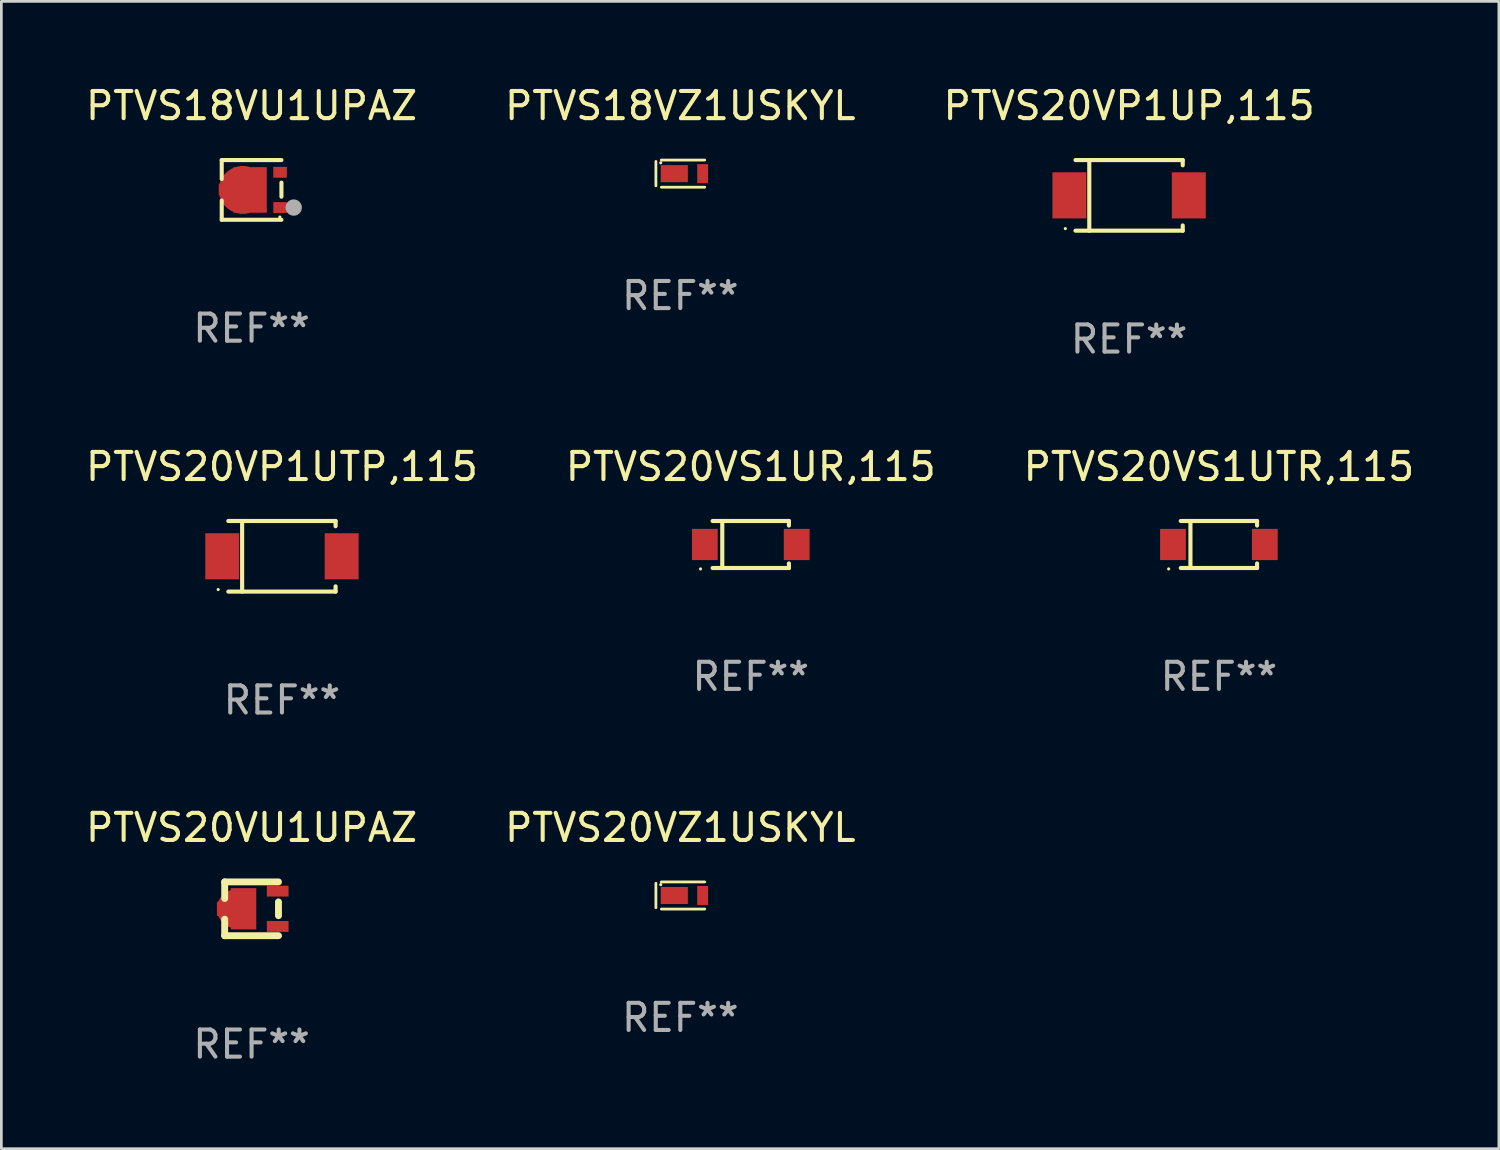
<source format=kicad_pcb>
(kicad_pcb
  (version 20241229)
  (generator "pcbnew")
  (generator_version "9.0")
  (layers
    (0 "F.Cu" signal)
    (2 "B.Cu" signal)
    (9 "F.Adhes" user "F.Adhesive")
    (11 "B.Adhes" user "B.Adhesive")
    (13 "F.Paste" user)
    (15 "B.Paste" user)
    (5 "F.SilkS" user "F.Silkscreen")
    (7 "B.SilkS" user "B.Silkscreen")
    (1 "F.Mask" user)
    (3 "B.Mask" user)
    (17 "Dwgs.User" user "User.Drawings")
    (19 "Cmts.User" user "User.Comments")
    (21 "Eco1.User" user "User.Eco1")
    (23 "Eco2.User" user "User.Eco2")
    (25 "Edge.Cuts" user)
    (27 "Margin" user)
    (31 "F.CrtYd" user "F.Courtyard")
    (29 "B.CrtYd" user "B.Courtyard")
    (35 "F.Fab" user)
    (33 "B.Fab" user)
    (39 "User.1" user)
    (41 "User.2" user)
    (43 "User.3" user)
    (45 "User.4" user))
  (footprint "PTVS20VP1UTP,115"
    (layer "F.Cu")
    (at 7.339 17.448)
    (property "Reference" "PTVS20VP1UTP,115" (at 0 -3.301 0) (layer "F.SilkS") (effects (font (size 1 1) (thickness 0.15))))
    (attr through_hole)
    (fp_line (start -1.976 -1.301) (end 1.976 -1.301) (stroke (width 0.152) (type solid)) (layer "F.SilkS"))
    (fp_line (start -1.976 1.301) (end 1.976 1.301) (stroke (width 0.152) (type solid)) (layer "F.SilkS"))
    (fp_line (start -1.467 -1.301) (end -1.467 1.301) (stroke (width 0.152) (type solid)) (layer "F.SilkS"))
    (fp_line (start 1.976 -1.301) (end 1.976 -1.108) (stroke (width 0.152) (type solid)) (layer "F.SilkS"))
    (fp_line (start 1.976 1.301) (end 1.976 1.108) (stroke (width 0.152) (type solid)) (layer "F.SilkS"))
    (fp_circle (center -2.35 1.225) (end -2.32 1.225) (stroke (width 0.06) (type solid)) (fill no) (layer "F.SilkS"))
    (fp_text user "REF**" (at 0 5.301 0) (layer "F.Fab") (effects (font (size 1 1) (thickness 0.15))))
    (pad "1" smd rect (at -2.2 0 180) (size 1.25 1.7) (layers "F.Cu" "F.Mask" "F.Paste"))
    (pad "2" smd rect (at 2.2 0 180) (size 1.25 1.7) (layers "F.Cu" "F.Mask" "F.Paste")))
  (footprint "PTVS20VZ1USKYL"
    (layer "F.Cu")
    (at 22.018 29.946)
    (property "Reference" "PTVS20VZ1USKYL" (at 0 -2.5 0) (layer "F.SilkS") (effects (font (size 1 1) (thickness 0.15))))
    (attr through_hole)
    (fp_line (start -0.9 -0.45) (end -0.9 0.45) (stroke (width 0.102) (type solid)) (layer "F.SilkS"))
    (fp_line (start -0.7 -0.5) (end 0.9 -0.5) (stroke (width 0.102) (type solid)) (layer "F.SilkS"))
    (fp_line (start -0.7 0.5) (end 0.9 0.5) (stroke (width 0.102) (type solid)) (layer "F.SilkS"))
    (fp_circle (center -0.722 -0.4) (end -0.692 -0.4) (stroke (width 0.06) (type solid)) (fill no) (layer "F.SilkS"))
    (fp_text user "REF**" (at 0 4.5 0) (layer "F.Fab") (effects (font (size 1 1) (thickness 0.15))))
    (pad "1" smd rect (at -0.222 -0.000025 180) (size 1 0.63) (layers "F.Cu" "F.Mask" "F.Paste"))
    (pad "2" smd rect (at 0.822 -0.000025 180) (size 0.4 0.7) (layers "F.Cu" "F.Mask" "F.Paste")))
  (footprint "PTVS18VZ1USKYL"
    (layer "F.Cu")
    (at 22.018 3.348)
    (property "Reference" "PTVS18VZ1USKYL" (at 0 -2.5 0) (layer "F.SilkS") (effects (font (size 1 1) (thickness 0.15))))
    (attr through_hole)
    (fp_line (start -0.9 -0.45) (end -0.9 0.45) (stroke (width 0.102) (type solid)) (layer "F.SilkS"))
    (fp_line (start -0.7 -0.5) (end 0.9 -0.5) (stroke (width 0.102) (type solid)) (layer "F.SilkS"))
    (fp_line (start -0.7 0.5) (end 0.9 0.5) (stroke (width 0.102) (type solid)) (layer "F.SilkS"))
    (fp_circle (center -0.722 -0.4) (end -0.692 -0.4) (stroke (width 0.06) (type solid)) (fill no) (layer "F.SilkS"))
    (fp_text user "REF**" (at 0 4.5 0) (layer "F.Fab") (effects (font (size 1 1) (thickness 0.15))))
    (pad "1" smd rect (at -0.222 -0.000025 180) (size 1 0.63) (layers "F.Cu" "F.Mask" "F.Paste"))
    (pad "2" smd rect (at 0.822 -0.000025 180) (size 0.4 0.7) (layers "F.Cu" "F.Mask" "F.Paste")))
  (footprint "PTVS20VS1UR,115"
    (layer "F.Cu")
    (at 24.613 17.013)
    (property "Reference" "PTVS20VS1UR,115" (at 0 -2.866 0) (layer "F.SilkS") (effects (font (size 1 1) (thickness 0.15))))
    (attr through_hole)
    (fp_line (start -1.406 -0.866) (end 1.406 -0.866) (stroke (width 0.152) (type solid)) (layer "F.SilkS"))
    (fp_line (start -1.406 0.866) (end 1.406 0.866) (stroke (width 0.152) (type solid)) (layer "F.SilkS"))
    (fp_line (start -1.049 -0.866) (end -1.049 0.866) (stroke (width 0.152) (type solid)) (layer "F.SilkS"))
    (fp_line (start 1.406 -0.866) (end 1.406 -0.698) (stroke (width 0.152) (type solid)) (layer "F.SilkS"))
    (fp_line (start 1.406 0.866) (end 1.406 0.698) (stroke (width 0.152) (type solid)) (layer "F.SilkS"))
    (fp_circle (center -1.851 0.9) (end -1.821 0.9) (stroke (width 0.06) (type solid)) (fill no) (layer "F.SilkS"))
    (fp_text user "REF**" (at 0 4.866 0) (layer "F.Fab") (effects (font (size 1 1) (thickness 0.15))))
    (pad "1" smd rect (at -1.692 0) (size 0.95 1.15) (layers "F.Cu" "F.Mask" "F.Paste"))
    (pad "2" smd rect (at 1.692 0) (size 0.95 1.15) (layers "F.Cu" "F.Mask" "F.Paste")))
  (footprint "PTVS20VU1UPAZ"
    (layer "F.Cu")
    (at 6.22 30.437)
    (property "Reference" "PTVS20VU1UPAZ" (at 0 -2.991 0) (layer "F.SilkS") (effects (font (size 1 1) (thickness 0.15))))
    (attr through_hole)
    (fp_line (start -0.991 -0.991) (end -0.991 -0.381) (stroke (width 0.254) (type solid)) (layer "F.SilkS"))
    (fp_line (start -0.991 0.381) (end -0.991 0.991) (stroke (width 0.254) (type solid)) (layer "F.SilkS"))
    (fp_line (start -0.991 0.991) (end 0.991 0.991) (stroke (width 0.254) (type solid)) (layer "F.SilkS"))
    (fp_line (start 0.991 -0.991) (end -0.991 -0.991) (stroke (width 0.254) (type solid)) (layer "F.SilkS"))
    (fp_line (start 0.991 -0.254) (end 0.991 0.254) (stroke (width 0.254) (type solid)) (layer "F.SilkS"))
    (fp_circle (center 1.054 0.999) (end 1.084 0.999) (stroke (width 0.06) (type solid)) (fill no) (layer "F.SilkS"))
    (fp_text user "REF**" (at 0 4.991 0) (layer "F.Fab") (effects (font (size 1 1) (thickness 0.15))))
    (pad "1" smd rect (at 0.962 0.649 270) (size 0.399 0.8) (layers "F.Cu" "F.Mask" "F.Paste"))
    (pad "2" smd rect (at 0.962 -0.651 270) (size 0.399 0.8) (layers "F.Cu" "F.Mask" "F.Paste"))
    (pad "3" smd custom (at -0.553 -0.001) (size 1.45 1.52) (layers "F.Cu" "F.Mask" "F.Paste") (options (anchor circle)) (primitives (gr_poly (pts (xy -0.725 -0.26) (xy -0.225 -0.26) (xy -0.215 -0.26) (xy -0.215 -0.76) (xy 0.725 -0.76) (xy 0.725 0.75) (xy 0.725 0.76) (xy -0.205 0.76) (xy -0.215 0.76) (xy -0.215 0.75) (xy -0.215 0.26) (xy -0.725 0.26)) (width 0) (fill yes)))))
  (footprint "PTVS20VS1UTR,115"
    (layer "F.Cu")
    (at 41.863 17.013)
    (property "Reference" "PTVS20VS1UTR,115" (at 0 -2.866 0) (layer "F.SilkS") (effects (font (size 1 1) (thickness 0.15))))
    (attr through_hole)
    (fp_line (start -1.406 -0.866) (end 1.406 -0.866) (stroke (width 0.152) (type solid)) (layer "F.SilkS"))
    (fp_line (start -1.406 0.866) (end 1.406 0.866) (stroke (width 0.152) (type solid)) (layer "F.SilkS"))
    (fp_line (start -1.049 -0.866) (end -1.049 0.866) (stroke (width 0.152) (type solid)) (layer "F.SilkS"))
    (fp_line (start 1.406 -0.866) (end 1.406 -0.698) (stroke (width 0.152) (type solid)) (layer "F.SilkS"))
    (fp_line (start 1.406 0.866) (end 1.406 0.698) (stroke (width 0.152) (type solid)) (layer "F.SilkS"))
    (fp_circle (center -1.851 0.9) (end -1.821 0.9) (stroke (width 0.06) (type solid)) (fill no) (layer "F.SilkS"))
    (fp_text user "REF**" (at 0 4.866 0) (layer "F.Fab") (effects (font (size 1 1) (thickness 0.15))))
    (pad "1" smd rect (at -1.692 0) (size 0.95 1.15) (layers "F.Cu" "F.Mask" "F.Paste"))
    (pad "2" smd rect (at 1.692 0) (size 0.95 1.15) (layers "F.Cu" "F.Mask" "F.Paste")))
  (footprint "PTVS20VP1UP,115"
    (layer "F.Cu")
    (at 38.554 4.149)
    (property "Reference" "PTVS20VP1UP,115" (at 0 -3.301 0) (layer "F.SilkS") (effects (font (size 1 1) (thickness 0.15))))
    (attr through_hole)
    (fp_line (start -1.976 -1.301) (end 1.976 -1.301) (stroke (width 0.152) (type solid)) (layer "F.SilkS"))
    (fp_line (start -1.976 1.301) (end 1.976 1.301) (stroke (width 0.152) (type solid)) (layer "F.SilkS"))
    (fp_line (start -1.467 -1.301) (end -1.467 1.301) (stroke (width 0.152) (type solid)) (layer "F.SilkS"))
    (fp_line (start 1.976 -1.301) (end 1.976 -1.108) (stroke (width 0.152) (type solid)) (layer "F.SilkS"))
    (fp_line (start 1.976 1.301) (end 1.976 1.108) (stroke (width 0.152) (type solid)) (layer "F.SilkS"))
    (fp_circle (center -2.35 1.225) (end -2.32 1.225) (stroke (width 0.06) (type solid)) (fill no) (layer "F.SilkS"))
    (fp_text user "REF**" (at 0 5.301 0) (layer "F.Fab") (effects (font (size 1 1) (thickness 0.15))))
    (pad "1" smd rect (at -2.2 0 180) (size 1.25 1.7) (layers "F.Cu" "F.Mask" "F.Paste"))
    (pad "2" smd rect (at 2.2 0 180) (size 1.25 1.7) (layers "F.Cu" "F.Mask" "F.Paste")))
  (footprint "PTVS18VU1UPAZ"
    (layer "F.Cu")
    (at 6.22 3.948)
    (property "Reference" "PTVS18VU1UPAZ" (at 0 -3.1 0) (layer "F.SilkS") (effects (font (size 1 1) (thickness 0.15))))
    (attr through_hole)
    (fp_line (start -1.1 -1.1) (end -1.1 -0.4) (stroke (width 0.15) (type solid)) (layer "F.SilkS"))
    (fp_line (start -1.1 -1.1) (end 1.1 -1.1) (stroke (width 0.15) (type solid)) (layer "F.SilkS"))
    (fp_line (start -1.1 1.1) (end -1.1 0.39) (stroke (width 0.15) (type solid)) (layer "F.SilkS"))
    (fp_line (start 1.1 -0.27) (end 1.1 0.25) (stroke (width 0.15) (type solid)) (layer "F.SilkS"))
    (fp_line (start 1.1 1.1) (end -1.1 1.1) (stroke (width 0.15) (type solid)) (layer "F.SilkS"))
    (fp_circle (center 1.042 1) (end 1.072 1) (stroke (width 0.06) (type solid)) (fill no) (layer "F.SilkS"))
    (fp_circle (center 1.552 0.65) (end 1.703 0.65) (stroke (width 0.3) (type solid)) (fill no) (layer "F.Fab"))
    (fp_text user "REF**" (at 0 5.1 0) (layer "F.Fab") (effects (font (size 1 1) (thickness 0.15))))
    (pad "1" smd rect (at 1.05 0.65) (size 0.5 0.4) (layers "F.Cu" "F.Mask" "F.Paste"))
    (pad "2" smd rect (at 1.05 -0.65) (size 0.5 0.4) (layers "F.Cu" "F.Mask" "F.Paste"))
    (pad "3" smd custom (at -0.325 0) (size 1.77 1.68) (layers "F.Cu" "F.Mask" "F.Paste") (options (anchor circle)) (primitives (gr_poly (pts (xy -0.885 -0.21) (xy -0.345 -0.21) (xy -0.345 -0.84) (xy 0.885 -0.84) (xy 0.885 0.84) (xy -0.345 0.84) (xy -0.345 0.2) (xy -0.885 0.2) (xy -0.885 -0.21)) (width 0) (fill yes)))))
  (gr_rect
    (start -3 -3)
    (end 52.179 39.275)
    (stroke (width 0.1) (type default))
    (fill no)
    (layer "Edge.Cuts")))
</source>
